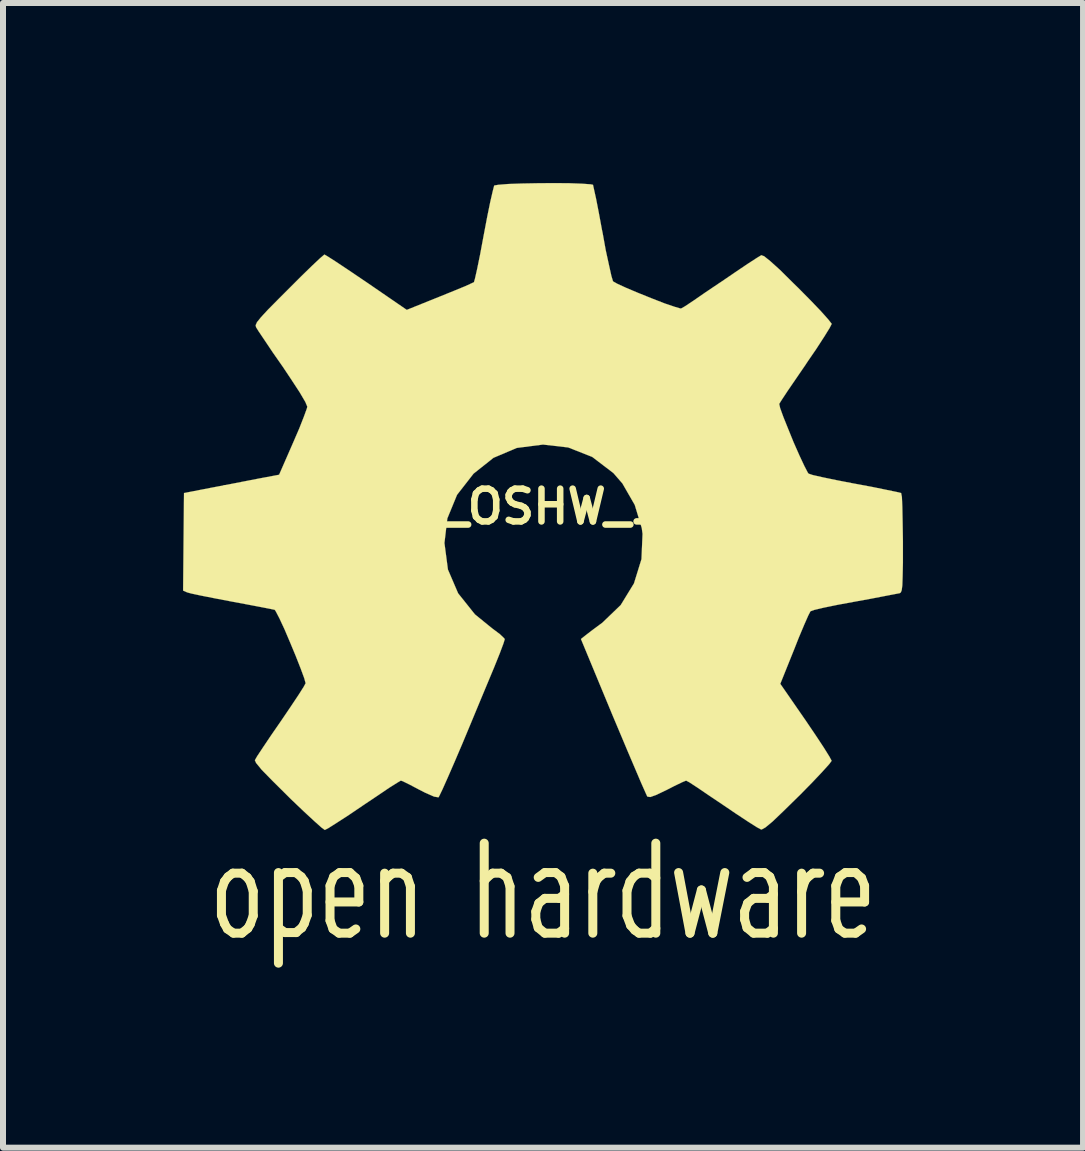
<source format=kicad_pcb>
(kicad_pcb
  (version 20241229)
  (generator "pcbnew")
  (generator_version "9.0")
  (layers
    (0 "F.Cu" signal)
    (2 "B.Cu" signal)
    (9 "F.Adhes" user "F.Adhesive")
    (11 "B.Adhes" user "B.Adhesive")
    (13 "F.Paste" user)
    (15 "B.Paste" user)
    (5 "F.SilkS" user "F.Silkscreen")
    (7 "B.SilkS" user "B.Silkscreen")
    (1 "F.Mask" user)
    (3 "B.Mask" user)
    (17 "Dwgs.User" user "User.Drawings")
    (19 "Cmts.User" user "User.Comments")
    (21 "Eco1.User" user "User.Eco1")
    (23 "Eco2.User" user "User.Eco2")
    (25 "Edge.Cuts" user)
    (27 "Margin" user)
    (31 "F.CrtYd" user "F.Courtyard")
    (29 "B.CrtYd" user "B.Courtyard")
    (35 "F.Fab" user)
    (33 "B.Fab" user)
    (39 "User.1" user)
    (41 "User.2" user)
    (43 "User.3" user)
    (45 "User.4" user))
  (footprint "Logo_silk_OSHW_12x13mm"
    (layer "F.Cu")
    (at 6.001 5.394)
    (property "Reference" "Logo_silk_OSHW_12x13mm" (at 0 0 0) (layer "F.SilkS") (effects (font (size 0.546 0.546) (thickness 0.109))))
    (attr through_hole)
    (fp_line (start -5.36 6.4) (end -5.36 6.81) (stroke (width 0.15) (type solid)) (layer "F.SilkS"))
    (fp_line (start -5.36 6.81) (end -5.31 6.95) (stroke (width 0.15) (type solid)) (layer "F.SilkS"))
    (fp_line (start -5.31 6.25) (end -5.36 6.4) (stroke (width 0.15) (type solid)) (layer "F.SilkS"))
    (fp_line (start -5.31 6.95) (end -5.26 7.04) (stroke (width 0.15) (type solid)) (layer "F.SilkS"))
    (fp_line (start -5.26 7.04) (end -5.16 7.11) (stroke (width 0.15) (type solid)) (layer "F.SilkS"))
    (fp_line (start -5.25 6.17) (end -5.31 6.25) (stroke (width 0.15) (type solid)) (layer "F.SilkS"))
    (fp_line (start -5.17 6.11) (end -5.25 6.17) (stroke (width 0.15) (type solid)) (layer "F.SilkS"))
    (fp_line (start -5.16 7.11) (end -5.02 7.11) (stroke (width 0.15) (type solid)) (layer "F.SilkS"))
    (fp_line (start -5.02 6.11) (end -5.17 6.11) (stroke (width 0.15) (type solid)) (layer "F.SilkS"))
    (fp_line (start -5.02 7.11) (end -4.92 7.03) (stroke (width 0.15) (type solid)) (layer "F.SilkS"))
    (fp_line (start -4.93 6.18) (end -5.02 6.11) (stroke (width 0.15) (type solid)) (layer "F.SilkS"))
    (fp_line (start -4.92 7.03) (end -4.88 6.96) (stroke (width 0.15) (type solid)) (layer "F.SilkS"))
    (fp_line (start -4.88 6.25) (end -4.93 6.18) (stroke (width 0.15) (type solid)) (layer "F.SilkS"))
    (fp_line (start -4.88 6.96) (end -4.83 6.82) (stroke (width 0.15) (type solid)) (layer "F.SilkS"))
    (fp_line (start -4.83 6.41) (end -4.88 6.25) (stroke (width 0.15) (type solid)) (layer "F.SilkS"))
    (fp_line (start -4.83 6.82) (end -4.83 6.41) (stroke (width 0.15) (type solid)) (layer "F.SilkS"))
    (fp_line (start -4.41 6.1) (end -4.41 7.61) (stroke (width 0.15) (type solid)) (layer "F.SilkS"))
    (fp_line (start -4.4 7.03) (end -4.3 7.1) (stroke (width 0.15) (type solid)) (layer "F.SilkS"))
    (fp_line (start -4.3 6.1) (end -4.38 6.16) (stroke (width 0.15) (type solid)) (layer "F.SilkS"))
    (fp_line (start -4.3 6.1) (end -4.12 6.1) (stroke (width 0.15) (type solid)) (layer "F.SilkS"))
    (fp_line (start -4.3 7.1) (end -4.11 7.1) (stroke (width 0.15) (type solid)) (layer "F.SilkS"))
    (fp_line (start -4.12 7.1) (end -4.02 7.02) (stroke (width 0.15) (type solid)) (layer "F.SilkS"))
    (fp_line (start -4.03 6.17) (end -4.12 6.1) (stroke (width 0.15) (type solid)) (layer "F.SilkS"))
    (fp_line (start -4.02 7.02) (end -3.98 6.95) (stroke (width 0.15) (type solid)) (layer "F.SilkS"))
    (fp_line (start -3.98 6.24) (end -4.03 6.17) (stroke (width 0.15) (type solid)) (layer "F.SilkS"))
    (fp_line (start -3.98 6.95) (end -3.93 6.81) (stroke (width 0.15) (type solid)) (layer "F.SilkS"))
    (fp_line (start -3.93 6.4) (end -3.98 6.24) (stroke (width 0.15) (type solid)) (layer "F.SilkS"))
    (fp_line (start -3.93 6.81) (end -3.93 6.4) (stroke (width 0.15) (type solid)) (layer "F.SilkS"))
    (fp_line (start -3.55 6.32) (end -3.55 6.9) (stroke (width 0.15) (type solid)) (layer "F.SilkS"))
    (fp_line (start -3.55 6.59) (end -3.07 6.59) (stroke (width 0.15) (type solid)) (layer "F.SilkS"))
    (fp_line (start -3.55 6.9) (end -3.5 7.04) (stroke (width 0.15) (type solid)) (layer "F.SilkS"))
    (fp_line (start -3.5 7.04) (end -3.4 7.11) (stroke (width 0.15) (type solid)) (layer "F.SilkS"))
    (fp_line (start -3.49 6.17) (end -3.55 6.32) (stroke (width 0.15) (type solid)) (layer "F.SilkS"))
    (fp_line (start -3.4 7.11) (end -3.22 7.11) (stroke (width 0.15) (type solid)) (layer "F.SilkS"))
    (fp_line (start -3.39 6.1) (end -3.49 6.17) (stroke (width 0.15) (type solid)) (layer "F.SilkS"))
    (fp_line (start -3.22 6.1) (end -3.39 6.1) (stroke (width 0.15) (type solid)) (layer "F.SilkS"))
    (fp_line (start -3.22 7.11) (end -3.12 7.04) (stroke (width 0.15) (type solid)) (layer "F.SilkS"))
    (fp_line (start -3.12 6.19) (end -3.22 6.1) (stroke (width 0.15) (type solid)) (layer "F.SilkS"))
    (fp_line (start -3.07 6.32) (end -3.12 6.19) (stroke (width 0.15) (type solid)) (layer "F.SilkS"))
    (fp_line (start -3.07 6.59) (end -3.07 6.32) (stroke (width 0.15) (type solid)) (layer "F.SilkS"))
    (fp_line (start -2.64 6.11) (end -2.64 7.11) (stroke (width 0.15) (type solid)) (layer "F.SilkS"))
    (fp_line (start -2.58 6.17) (end -2.64 6.24) (stroke (width 0.15) (type solid)) (layer "F.SilkS"))
    (fp_line (start -2.5 6.11) (end -2.58 6.17) (stroke (width 0.15) (type solid)) (layer "F.SilkS"))
    (fp_line (start -2.36 6.11) (end -2.5 6.11) (stroke (width 0.15) (type solid)) (layer "F.SilkS"))
    (fp_line (start -2.26 6.18) (end -2.36 6.11) (stroke (width 0.15) (type solid)) (layer "F.SilkS"))
    (fp_line (start -2.21 6.33) (end -2.26 6.18) (stroke (width 0.15) (type solid)) (layer "F.SilkS"))
    (fp_line (start -2.21 7.11) (end -2.21 6.33) (stroke (width 0.15) (type solid)) (layer "F.SilkS"))
    (fp_line (start -0.98 7.11) (end -0.98 5.61) (stroke (width 0.15) (type solid)) (layer "F.SilkS"))
    (fp_line (start -0.92 6.17) (end -0.98 6.24) (stroke (width 0.15) (type solid)) (layer "F.SilkS"))
    (fp_line (start -0.84 6.11) (end -0.92 6.17) (stroke (width 0.15) (type solid)) (layer "F.SilkS"))
    (fp_line (start -0.7 6.11) (end -0.84 6.11) (stroke (width 0.15) (type solid)) (layer "F.SilkS"))
    (fp_line (start -0.6 6.18) (end -0.7 6.11) (stroke (width 0.15) (type solid)) (layer "F.SilkS"))
    (fp_line (start -0.55 6.33) (end -0.6 6.18) (stroke (width 0.15) (type solid)) (layer "F.SilkS"))
    (fp_line (start -0.55 7.11) (end -0.55 6.33) (stroke (width 0.15) (type solid)) (layer "F.SilkS"))
    (fp_line (start -0.12 6.75) (end -0.12 6.88) (stroke (width 0.15) (type solid)) (layer "F.SilkS"))
    (fp_line (start -0.12 6.88) (end -0.08 7.02) (stroke (width 0.15) (type solid)) (layer "F.SilkS"))
    (fp_line (start -0.08 6.18) (end 0.03 6.1) (stroke (width 0.15) (type solid)) (layer "F.SilkS"))
    (fp_line (start -0.08 7.02) (end 0.03 7.11) (stroke (width 0.15) (type solid)) (layer "F.SilkS"))
    (fp_line (start -0.07 6.61) (end -0.12 6.75) (stroke (width 0.15) (type solid)) (layer "F.SilkS"))
    (fp_line (start 0.03 6.1) (end 0.21 6.1) (stroke (width 0.15) (type solid)) (layer "F.SilkS"))
    (fp_line (start 0.03 6.53) (end -0.07 6.61) (stroke (width 0.15) (type solid)) (layer "F.SilkS"))
    (fp_line (start 0.03 7.11) (end 0.26 7.11) (stroke (width 0.15) (type solid)) (layer "F.SilkS"))
    (fp_line (start 0.21 6.1) (end 0.3 6.17) (stroke (width 0.15) (type solid)) (layer "F.SilkS"))
    (fp_line (start 0.26 7.11) (end 0.36 7.03) (stroke (width 0.15) (type solid)) (layer "F.SilkS"))
    (fp_line (start 0.27 6.53) (end 0.03 6.53) (stroke (width 0.15) (type solid)) (layer "F.SilkS"))
    (fp_line (start 0.3 6.17) (end 0.36 6.32) (stroke (width 0.15) (type solid)) (layer "F.SilkS"))
    (fp_line (start 0.36 6.32) (end 0.36 7.11) (stroke (width 0.15) (type solid)) (layer "F.SilkS"))
    (fp_line (start 0.36 6.46) (end 0.27 6.53) (stroke (width 0.15) (type solid)) (layer "F.SilkS"))
    (fp_line (start 0.83 6.11) (end 0.83 7.11) (stroke (width 0.15) (type solid)) (layer "F.SilkS"))
    (fp_line (start 0.88 6.25) (end 0.83 6.42) (stroke (width 0.15) (type solid)) (layer "F.SilkS"))
    (fp_line (start 0.92 6.19) (end 0.88 6.25) (stroke (width 0.15) (type solid)) (layer "F.SilkS"))
    (fp_line (start 1.02 6.11) (end 0.92 6.19) (stroke (width 0.15) (type solid)) (layer "F.SilkS"))
    (fp_line (start 1.13 6.11) (end 1.02 6.11) (stroke (width 0.15) (type solid)) (layer "F.SilkS"))
    (fp_line (start 1.4 6.4) (end 1.45 6.25) (stroke (width 0.15) (type solid)) (layer "F.SilkS"))
    (fp_line (start 1.4 6.82) (end 1.4 6.4) (stroke (width 0.15) (type solid)) (layer "F.SilkS"))
    (fp_line (start 1.45 6.25) (end 1.52 6.16) (stroke (width 0.15) (type solid)) (layer "F.SilkS"))
    (fp_line (start 1.46 6.98) (end 1.4 6.82) (stroke (width 0.15) (type solid)) (layer "F.SilkS"))
    (fp_line (start 1.52 6.16) (end 1.6 6.11) (stroke (width 0.15) (type solid)) (layer "F.SilkS"))
    (fp_line (start 1.53 7.06) (end 1.46 6.98) (stroke (width 0.15) (type solid)) (layer "F.SilkS"))
    (fp_line (start 1.6 6.11) (end 1.78 6.11) (stroke (width 0.15) (type solid)) (layer "F.SilkS"))
    (fp_line (start 1.6 7.11) (end 1.53 7.06) (stroke (width 0.15) (type solid)) (layer "F.SilkS"))
    (fp_line (start 1.78 6.11) (end 1.88 6.19) (stroke (width 0.15) (type solid)) (layer "F.SilkS"))
    (fp_line (start 1.79 7.11) (end 1.6 7.11) (stroke (width 0.15) (type solid)) (layer "F.SilkS"))
    (fp_line (start 1.88 5.61) (end 1.88 7.11) (stroke (width 0.15) (type solid)) (layer "F.SilkS"))
    (fp_line (start 1.88 7.03) (end 1.79 7.11) (stroke (width 0.15) (type solid)) (layer "F.SilkS"))
    (fp_line (start 2.26 6.1) (end 2.45 7.11) (stroke (width 0.15) (type solid)) (layer "F.SilkS"))
    (fp_line (start 2.45 7.11) (end 2.64 6.39) (stroke (width 0.15) (type solid)) (layer "F.SilkS"))
    (fp_line (start 2.64 6.39) (end 2.83 7.11) (stroke (width 0.15) (type solid)) (layer "F.SilkS"))
    (fp_line (start 2.83 7.11) (end 3.03 6.1) (stroke (width 0.15) (type solid)) (layer "F.SilkS"))
    (fp_line (start 3.36 6.75) (end 3.36 6.88) (stroke (width 0.15) (type solid)) (layer "F.SilkS"))
    (fp_line (start 3.36 6.88) (end 3.4 7.02) (stroke (width 0.15) (type solid)) (layer "F.SilkS"))
    (fp_line (start 3.4 6.18) (end 3.51 6.1) (stroke (width 0.15) (type solid)) (layer "F.SilkS"))
    (fp_line (start 3.4 7.02) (end 3.51 7.11) (stroke (width 0.15) (type solid)) (layer "F.SilkS"))
    (fp_line (start 3.41 6.61) (end 3.36 6.75) (stroke (width 0.15) (type solid)) (layer "F.SilkS"))
    (fp_line (start 3.51 6.1) (end 3.69 6.1) (stroke (width 0.15) (type solid)) (layer "F.SilkS"))
    (fp_line (start 3.51 6.53) (end 3.41 6.61) (stroke (width 0.15) (type solid)) (layer "F.SilkS"))
    (fp_line (start 3.51 7.11) (end 3.74 7.11) (stroke (width 0.15) (type solid)) (layer "F.SilkS"))
    (fp_line (start 3.69 6.1) (end 3.78 6.17) (stroke (width 0.15) (type solid)) (layer "F.SilkS"))
    (fp_line (start 3.74 7.11) (end 3.84 7.03) (stroke (width 0.15) (type solid)) (layer "F.SilkS"))
    (fp_line (start 3.75 6.53) (end 3.51 6.53) (stroke (width 0.15) (type solid)) (layer "F.SilkS"))
    (fp_line (start 3.78 6.17) (end 3.84 6.32) (stroke (width 0.15) (type solid)) (layer "F.SilkS"))
    (fp_line (start 3.84 6.32) (end 3.84 7.11) (stroke (width 0.15) (type solid)) (layer "F.SilkS"))
    (fp_line (start 3.84 6.46) (end 3.75 6.53) (stroke (width 0.15) (type solid)) (layer "F.SilkS"))
    (fp_line (start 4.31 6.11) (end 4.31 7.11) (stroke (width 0.15) (type solid)) (layer "F.SilkS"))
    (fp_line (start 4.36 6.25) (end 4.31 6.42) (stroke (width 0.15) (type solid)) (layer "F.SilkS"))
    (fp_line (start 4.4 6.19) (end 4.36 6.25) (stroke (width 0.15) (type solid)) (layer "F.SilkS"))
    (fp_line (start 4.5 6.11) (end 4.4 6.19) (stroke (width 0.15) (type solid)) (layer "F.SilkS"))
    (fp_line (start 4.61 6.11) (end 4.5 6.11) (stroke (width 0.15) (type solid)) (layer "F.SilkS"))
    (fp_line (start 4.88 6.32) (end 4.88 6.9) (stroke (width 0.15) (type solid)) (layer "F.SilkS"))
    (fp_line (start 4.88 6.59) (end 5.36 6.59) (stroke (width 0.15) (type solid)) (layer "F.SilkS"))
    (fp_line (start 4.88 6.9) (end 4.93 7.04) (stroke (width 0.15) (type solid)) (layer "F.SilkS"))
    (fp_line (start 4.93 7.04) (end 5.03 7.11) (stroke (width 0.15) (type solid)) (layer "F.SilkS"))
    (fp_line (start 4.94 6.17) (end 4.88 6.32) (stroke (width 0.15) (type solid)) (layer "F.SilkS"))
    (fp_line (start 5.03 7.11) (end 5.21 7.11) (stroke (width 0.15) (type solid)) (layer "F.SilkS"))
    (fp_line (start 5.04 6.1) (end 4.94 6.17) (stroke (width 0.15) (type solid)) (layer "F.SilkS"))
    (fp_line (start 5.21 6.1) (end 5.04 6.1) (stroke (width 0.15) (type solid)) (layer "F.SilkS"))
    (fp_line (start 5.21 7.11) (end 5.31 7.04) (stroke (width 0.15) (type solid)) (layer "F.SilkS"))
    (fp_line (start 5.31 6.19) (end 5.21 6.1) (stroke (width 0.15) (type solid)) (layer "F.SilkS"))
    (fp_line (start 5.36 6.32) (end 5.31 6.19) (stroke (width 0.15) (type solid)) (layer "F.SilkS"))
    (fp_line (start 5.36 6.59) (end 5.36 6.32) (stroke (width 0.15) (type solid)) (layer "F.SilkS"))
    (fp_poly (pts (xy -3.637 5.39) (xy -3.574 5.357) (xy -3.434 5.268) (xy -3.233 5.138) (xy -2.997 4.978) (xy -2.758 4.818) (xy -2.563 4.686) (xy -2.426 4.6) (xy -2.37 4.567) (xy -2.339 4.577) (xy -2.225 4.633) (xy -2.062 4.719) (xy -1.966 4.768) (xy -1.816 4.834) (xy -1.742 4.846) (xy -1.73 4.826) (xy -1.674 4.709) (xy -1.587 4.514) (xy -1.473 4.252) (xy -1.344 3.95) (xy -1.206 3.619) (xy -1.067 3.284) (xy -0.935 2.967) (xy -0.815 2.68) (xy -0.721 2.446) (xy -0.66 2.283) (xy -0.638 2.212) (xy -0.645 2.197) (xy -0.719 2.126) (xy -0.851 2.027) (xy -1.135 1.796) (xy -1.415 1.445) (xy -1.585 1.049) (xy -1.643 0.607) (xy -1.595 0.198) (xy -1.433 -0.196) (xy -1.158 -0.549) (xy -0.826 -0.813) (xy -0.437 -0.978) (xy 0 -1.034) (xy 0.419 -0.986) (xy 0.82 -0.828) (xy 1.173 -0.559) (xy 1.323 -0.386) (xy 1.529 -0.028) (xy 1.646 0.358) (xy 1.659 0.455) (xy 1.641 0.876) (xy 1.516 1.28) (xy 1.295 1.641) (xy 0.986 1.938) (xy 0.947 1.966) (xy 0.803 2.073) (xy 0.709 2.146) (xy 0.632 2.207) (xy 1.168 3.5) (xy 1.255 3.706) (xy 1.402 4.056) (xy 1.532 4.361) (xy 1.636 4.605) (xy 1.707 4.765) (xy 1.737 4.831) (xy 1.742 4.834) (xy 1.788 4.841) (xy 1.887 4.806) (xy 2.068 4.719) (xy 2.187 4.658) (xy 2.324 4.592) (xy 2.385 4.567) (xy 2.438 4.595) (xy 2.57 4.681) (xy 2.761 4.811) (xy 2.992 4.966) (xy 3.213 5.116) (xy 3.416 5.25) (xy 3.564 5.344) (xy 3.635 5.382) (xy 3.645 5.382) (xy 3.708 5.347) (xy 3.825 5.25) (xy 4 5.083) (xy 4.249 4.839) (xy 4.288 4.801) (xy 4.493 4.592) (xy 4.658 4.417) (xy 4.77 4.293) (xy 4.811 4.237) (xy 4.773 4.166) (xy 4.681 4.018) (xy 4.547 3.815) (xy 4.384 3.574) (xy 3.955 2.954) (xy 4.191 2.367) (xy 4.262 2.187) (xy 4.354 1.968) (xy 4.422 1.814) (xy 4.458 1.745) (xy 4.521 1.722) (xy 4.681 1.684) (xy 4.915 1.636) (xy 5.192 1.585) (xy 5.456 1.537) (xy 5.695 1.491) (xy 5.867 1.458) (xy 5.946 1.443) (xy 5.964 1.43) (xy 5.979 1.392) (xy 5.989 1.311) (xy 5.994 1.166) (xy 5.999 0.937) (xy 5.999 0.607) (xy 5.999 0.572) (xy 5.994 0.257) (xy 5.989 0.005) (xy 5.982 -0.16) (xy 5.969 -0.226) (xy 5.895 -0.244) (xy 5.725 -0.279) (xy 5.486 -0.328) (xy 5.202 -0.381) (xy 5.184 -0.384) (xy 4.9 -0.439) (xy 4.663 -0.488) (xy 4.496 -0.526) (xy 4.427 -0.549) (xy 4.412 -0.569) (xy 4.354 -0.681) (xy 4.272 -0.856) (xy 4.178 -1.069) (xy 4.087 -1.293) (xy 4.006 -1.494) (xy 3.952 -1.643) (xy 3.937 -1.712) (xy 3.98 -1.781) (xy 4.077 -1.928) (xy 4.216 -2.131) (xy 4.381 -2.372) (xy 4.394 -2.393) (xy 4.557 -2.631) (xy 4.689 -2.835) (xy 4.778 -2.979) (xy 4.811 -3.043) (xy 4.811 -3.048) (xy 4.755 -3.119) (xy 4.633 -3.256) (xy 4.458 -3.439) (xy 4.249 -3.65) (xy 4.181 -3.716) (xy 3.95 -3.945) (xy 3.787 -4.092) (xy 3.686 -4.173) (xy 3.637 -4.191) (xy 3.635 -4.188) (xy 3.564 -4.145) (xy 3.411 -4.046) (xy 3.205 -3.907) (xy 2.962 -3.741) (xy 2.946 -3.731) (xy 2.705 -3.569) (xy 2.507 -3.432) (xy 2.365 -3.338) (xy 2.301 -3.302) (xy 2.291 -3.302) (xy 2.195 -3.33) (xy 2.024 -3.388) (xy 1.814 -3.47) (xy 1.593 -3.559) (xy 1.389 -3.645) (xy 1.24 -3.713) (xy 1.168 -3.754) (xy 1.166 -3.757) (xy 1.14 -3.843) (xy 1.1 -4.023) (xy 1.046 -4.27) (xy 0.993 -4.564) (xy 0.983 -4.61) (xy 0.93 -4.897) (xy 0.884 -5.133) (xy 0.848 -5.296) (xy 0.833 -5.364) (xy 0.792 -5.372) (xy 0.653 -5.382) (xy 0.439 -5.39) (xy 0.18 -5.392) (xy -0.091 -5.39) (xy -0.356 -5.385) (xy -0.582 -5.377) (xy -0.744 -5.364) (xy -0.813 -5.352) (xy -0.815 -5.347) (xy -0.838 -5.258) (xy -0.879 -5.08) (xy -0.93 -4.831) (xy -0.986 -4.536) (xy -0.996 -4.483) (xy -1.049 -4.199) (xy -1.097 -3.965) (xy -1.133 -3.805) (xy -1.151 -3.741) (xy -1.176 -3.729) (xy -1.293 -3.675) (xy -1.483 -3.597) (xy -1.722 -3.5) (xy -2.271 -3.279) (xy -2.944 -3.741) (xy -3.005 -3.782) (xy -3.249 -3.947) (xy -3.447 -4.079) (xy -3.586 -4.168) (xy -3.642 -4.201) (xy -3.647 -4.199) (xy -3.716 -4.14) (xy -3.848 -4.016) (xy -4.031 -3.838) (xy -4.242 -3.627) (xy -4.399 -3.47) (xy -4.585 -3.282) (xy -4.702 -3.155) (xy -4.768 -3.073) (xy -4.79 -3.023) (xy -4.783 -2.99) (xy -4.74 -2.921) (xy -4.641 -2.774) (xy -4.503 -2.568) (xy -4.338 -2.332) (xy -4.204 -2.131) (xy -4.056 -1.905) (xy -3.962 -1.745) (xy -3.929 -1.666) (xy -3.937 -1.633) (xy -3.985 -1.501) (xy -4.064 -1.3) (xy -4.166 -1.064) (xy -4.399 -0.531) (xy -4.75 -0.465) (xy -4.961 -0.424) (xy -5.258 -0.366) (xy -5.542 -0.312) (xy -5.984 -0.226) (xy -5.999 1.4) (xy -5.931 1.43) (xy -5.865 1.448) (xy -5.702 1.483) (xy -5.469 1.529) (xy -5.192 1.582) (xy -4.956 1.626) (xy -4.719 1.671) (xy -4.549 1.704) (xy -4.473 1.72) (xy -4.455 1.745) (xy -4.394 1.862) (xy -4.31 2.042) (xy -4.216 2.263) (xy -4.122 2.489) (xy -4.039 2.7) (xy -3.98 2.86) (xy -3.957 2.944) (xy -3.99 3.005) (xy -4.079 3.145) (xy -4.211 3.343) (xy -4.371 3.579) (xy -4.534 3.815) (xy -4.669 4.016) (xy -4.765 4.161) (xy -4.803 4.227) (xy -4.783 4.272) (xy -4.689 4.387) (xy -4.511 4.569) (xy -4.247 4.831) (xy -4.204 4.874) (xy -3.993 5.075) (xy -3.815 5.24) (xy -3.693 5.349) (xy -3.637 5.39)) (stroke (width 0.003) (type solid)) (fill yes) (layer "F.SilkS")))
  (gr_rect
    (start -3 -3)
    (end 15.002 16.079)
    (stroke (width 0.1) (type default))
    (fill no)
    (layer "Edge.Cuts")))
</source>
